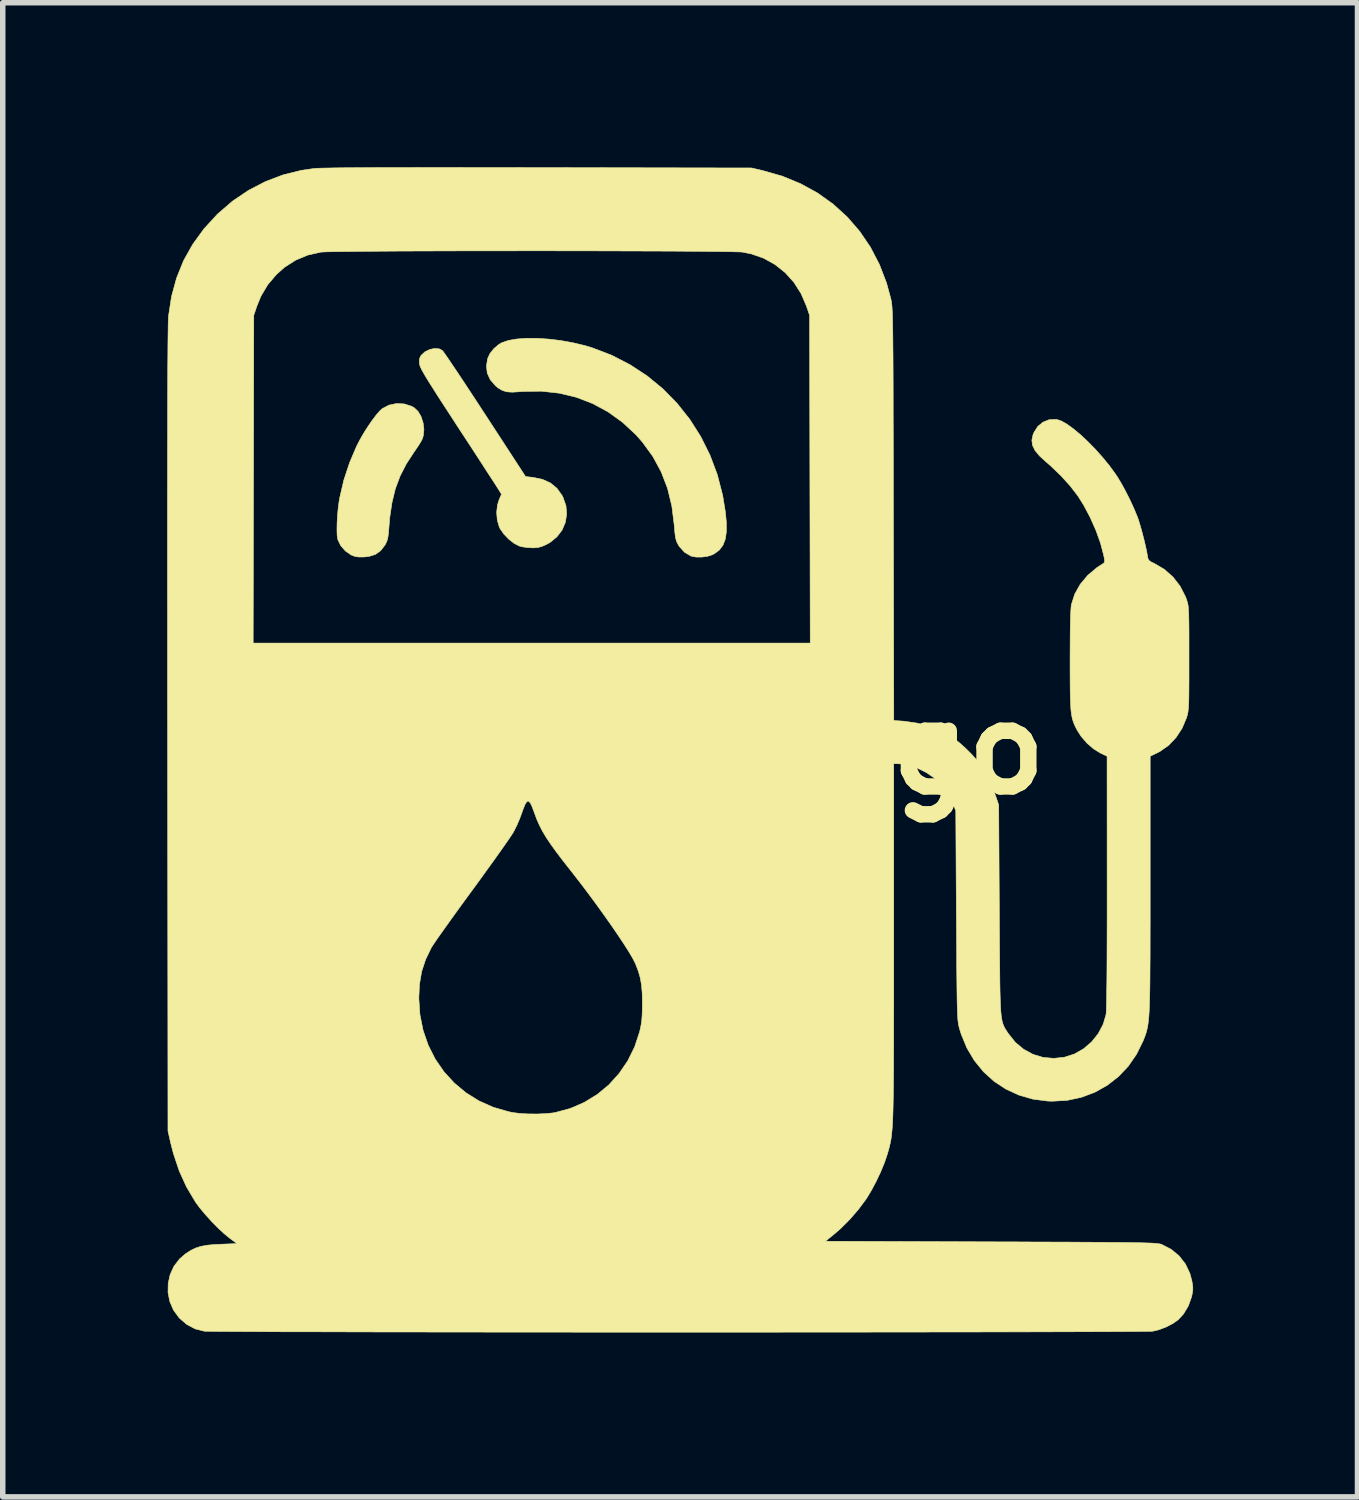
<source format=kicad_pcb>
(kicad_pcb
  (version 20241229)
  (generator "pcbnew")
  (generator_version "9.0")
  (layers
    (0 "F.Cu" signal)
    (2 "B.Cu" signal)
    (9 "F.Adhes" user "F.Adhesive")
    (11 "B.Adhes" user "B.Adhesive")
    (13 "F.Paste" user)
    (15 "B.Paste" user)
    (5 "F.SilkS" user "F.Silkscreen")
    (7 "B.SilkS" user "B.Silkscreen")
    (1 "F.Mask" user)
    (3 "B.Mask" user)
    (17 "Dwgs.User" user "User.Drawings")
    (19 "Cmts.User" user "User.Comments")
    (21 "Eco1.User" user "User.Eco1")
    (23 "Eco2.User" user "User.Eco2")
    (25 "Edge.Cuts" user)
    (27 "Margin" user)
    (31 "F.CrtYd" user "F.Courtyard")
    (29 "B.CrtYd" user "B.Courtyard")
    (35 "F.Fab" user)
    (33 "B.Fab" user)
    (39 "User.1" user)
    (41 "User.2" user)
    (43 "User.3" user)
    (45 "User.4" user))
  (footprint "MedidoLogo"
    (layer "F.Cu")
    (at 9.358 10.607)
    (property "Reference" "MedidoLogo" (at 0 0 0) (layer "F.SilkS") (effects (font (size 1.524 1.524) (thickness 0.3))))
    (attr through_hole)
    (fp_poly (pts (xy -5.035 -6.289) (xy -4.902 -6.247) (xy -4.855 -6.221) (xy -4.783 -6.154) (xy -4.727 -6.058) (xy -4.69 -5.944) (xy -4.675 -5.825) (xy -4.686 -5.71) (xy -4.704 -5.651) (xy -4.73 -5.601) (xy -4.774 -5.53) (xy -4.829 -5.448) (xy -4.857 -5.408) (xy -4.999 -5.19) (xy -5.111 -4.97) (xy -5.197 -4.739) (xy -5.258 -4.488) (xy -5.299 -4.211) (xy -5.311 -4.065) (xy -5.32 -3.951) (xy -5.33 -3.869) (xy -5.343 -3.808) (xy -5.362 -3.759) (xy -5.385 -3.715) (xy -5.464 -3.612) (xy -5.561 -3.543) (xy -5.681 -3.506) (xy -5.766 -3.497) (xy -5.859 -3.496) (xy -5.928 -3.505) (xy -5.989 -3.528) (xy -6.007 -3.536) (xy -6.109 -3.608) (xy -6.192 -3.703) (xy -6.244 -3.81) (xy -6.247 -3.821) (xy -6.258 -3.889) (xy -6.261 -3.99) (xy -6.259 -4.113) (xy -6.252 -4.247) (xy -6.239 -4.384) (xy -6.222 -4.514) (xy -6.212 -4.572) (xy -6.136 -4.899) (xy -6.031 -5.217) (xy -5.904 -5.515) (xy -5.845 -5.63) (xy -5.776 -5.751) (xy -5.7 -5.871) (xy -5.622 -5.985) (xy -5.547 -6.084) (xy -5.482 -6.16) (xy -5.435 -6.203) (xy -5.312 -6.267) (xy -5.176 -6.296) (xy -5.035 -6.289)) (stroke (width 0.01) (type solid)) (fill yes) (layer "F.SilkS"))
    (fp_poly (pts (xy -2.605 -7.485) (xy -2.393 -7.471) (xy -2.173 -7.444) (xy -1.953 -7.404) (xy -1.738 -7.353) (xy -1.608 -7.314) (xy -1.25 -7.177) (xy -0.915 -7.004) (xy -0.602 -6.799) (xy -0.315 -6.563) (xy -0.056 -6.298) (xy 0.175 -6.007) (xy 0.375 -5.692) (xy 0.543 -5.355) (xy 0.677 -4.998) (xy 0.774 -4.623) (xy 0.824 -4.319) (xy 0.843 -4.119) (xy 0.842 -3.954) (xy 0.822 -3.82) (xy 0.78 -3.712) (xy 0.716 -3.626) (xy 0.629 -3.56) (xy 0.586 -3.537) (xy 0.499 -3.509) (xy 0.394 -3.495) (xy 0.289 -3.495) (xy 0.202 -3.512) (xy 0.194 -3.515) (xy 0.078 -3.584) (xy -0.015 -3.687) (xy -0.034 -3.717) (xy -0.059 -3.764) (xy -0.076 -3.812) (xy -0.089 -3.873) (xy -0.099 -3.956) (xy -0.108 -4.071) (xy -0.109 -4.079) (xy -0.152 -4.424) (xy -0.231 -4.748) (xy -0.347 -5.05) (xy -0.5 -5.332) (xy -0.69 -5.593) (xy -0.807 -5.726) (xy -1.051 -5.953) (xy -1.315 -6.143) (xy -1.596 -6.295) (xy -1.895 -6.41) (xy -2.208 -6.485) (xy -2.533 -6.521) (xy -2.869 -6.516) (xy -2.933 -6.511) (xy -3.064 -6.503) (xy -3.165 -6.51) (xy -3.247 -6.536) (xy -3.322 -6.581) (xy -3.37 -6.621) (xy -3.465 -6.731) (xy -3.52 -6.851) (xy -3.534 -6.984) (xy -3.512 -7.119) (xy -3.47 -7.208) (xy -3.399 -7.297) (xy -3.31 -7.373) (xy -3.253 -7.406) (xy -3.134 -7.447) (xy -2.983 -7.473) (xy -2.804 -7.486) (xy -2.605 -7.485)) (stroke (width 0.01) (type solid)) (fill yes) (layer "F.SilkS"))
    (fp_poly (pts (xy -4.394 -7.293) (xy -4.341 -7.265) (xy -4.321 -7.242) (xy -4.281 -7.185) (xy -4.222 -7.1) (xy -4.147 -6.988) (xy -4.056 -6.853) (xy -3.953 -6.698) (xy -3.84 -6.526) (xy -3.718 -6.341) (xy -3.59 -6.144) (xy -3.558 -6.096) (xy -2.821 -4.964) (xy -2.687 -4.949) (xy -2.513 -4.913) (xy -2.367 -4.847) (xy -2.249 -4.75) (xy -2.156 -4.62) (xy -2.138 -4.585) (xy -2.084 -4.433) (xy -2.071 -4.278) (xy -2.095 -4.129) (xy -2.154 -3.989) (xy -2.248 -3.866) (xy -2.373 -3.763) (xy -2.439 -3.726) (xy -2.525 -3.688) (xy -2.599 -3.669) (xy -2.685 -3.663) (xy -2.707 -3.664) (xy -2.797 -3.67) (xy -2.886 -3.683) (xy -2.937 -3.697) (xy -3.031 -3.746) (xy -3.128 -3.822) (xy -3.216 -3.914) (xy -3.283 -4.009) (xy -3.3 -4.043) (xy -3.337 -4.17) (xy -3.348 -4.311) (xy -3.333 -4.448) (xy -3.303 -4.542) (xy -3.26 -4.641) (xy -3.32 -4.739) (xy -3.343 -4.774) (xy -3.386 -4.842) (xy -3.448 -4.937) (xy -3.527 -5.058) (xy -3.619 -5.201) (xy -3.723 -5.361) (xy -3.837 -5.536) (xy -3.959 -5.722) (xy -4.065 -5.884) (xy -4.21 -6.108) (xy -4.334 -6.298) (xy -4.438 -6.459) (xy -4.523 -6.594) (xy -4.593 -6.704) (xy -4.647 -6.793) (xy -4.688 -6.864) (xy -4.718 -6.919) (xy -4.738 -6.962) (xy -4.75 -6.995) (xy -4.757 -7.02) (xy -4.757 -7.027) (xy -4.758 -7.101) (xy -4.739 -7.155) (xy -4.723 -7.178) (xy -4.654 -7.241) (xy -4.568 -7.282) (xy -4.477 -7.301) (xy -4.394 -7.293)) (stroke (width 0.01) (type solid)) (fill yes) (layer "F.SilkS"))
    (fp_poly (pts (xy -3.779 -10.601) (xy -3.292 -10.601) (xy -2.763 -10.6) (xy -2.572 -10.6) (xy 1.302 -10.593) (xy 1.507 -10.545) (xy 1.864 -10.443) (xy 2.198 -10.305) (xy 2.508 -10.135) (xy 2.791 -9.932) (xy 3.047 -9.699) (xy 3.274 -9.437) (xy 3.47 -9.148) (xy 3.634 -8.833) (xy 3.764 -8.494) (xy 3.838 -8.223) (xy 3.844 -8.199) (xy 3.849 -8.175) (xy 3.854 -8.149) (xy 3.858 -8.118) (xy 3.862 -8.082) (xy 3.865 -8.038) (xy 3.868 -7.985) (xy 3.871 -7.919) (xy 3.873 -7.84) (xy 3.875 -7.746) (xy 3.877 -7.634) (xy 3.879 -7.503) (xy 3.88 -7.35) (xy 3.882 -7.174) (xy 3.883 -6.973) (xy 3.884 -6.745) (xy 3.885 -6.488) (xy 3.885 -6.2) (xy 3.886 -5.879) (xy 3.887 -5.523) (xy 3.888 -5.131) (xy 3.888 -4.7) (xy 3.889 -4.274) (xy 3.896 -0.514) (xy 4.081 -0.501) (xy 4.329 -0.465) (xy 4.578 -0.393) (xy 4.815 -0.29) (xy 4.995 -0.184) (xy 5.093 -0.108) (xy 5.203 -0.01) (xy 5.313 0.099) (xy 5.411 0.208) (xy 5.471 0.286) (xy 5.59 0.474) (xy 5.688 0.681) (xy 5.749 0.847) (xy 5.81 1.027) (xy 5.821 2.942) (xy 5.823 3.279) (xy 5.825 3.576) (xy 5.827 3.837) (xy 5.829 4.063) (xy 5.831 4.259) (xy 5.834 4.425) (xy 5.838 4.566) (xy 5.842 4.684) (xy 5.848 4.781) (xy 5.855 4.861) (xy 5.864 4.926) (xy 5.875 4.98) (xy 5.888 5.023) (xy 5.903 5.061) (xy 5.92 5.095) (xy 5.94 5.127) (xy 5.962 5.162) (xy 5.986 5.198) (xy 6.113 5.357) (xy 6.264 5.483) (xy 6.435 5.576) (xy 6.62 5.632) (xy 6.816 5.649) (xy 7.01 5.628) (xy 7.193 5.569) (xy 7.359 5.474) (xy 7.506 5.348) (xy 7.626 5.198) (xy 7.716 5.027) (xy 7.768 4.85) (xy 7.772 4.809) (xy 7.775 4.727) (xy 7.778 4.605) (xy 7.78 4.445) (xy 7.783 4.248) (xy 7.785 4.015) (xy 7.786 3.748) (xy 7.787 3.447) (xy 7.788 3.115) (xy 7.788 2.752) (xy 7.788 2.437) (xy 7.787 0.138) (xy 7.663 0.079) (xy 7.54 0.003) (xy 7.419 -0.102) (xy 7.313 -0.225) (xy 7.243 -0.334) (xy 7.213 -0.392) (xy 7.188 -0.445) (xy 7.168 -0.499) (xy 7.151 -0.557) (xy 7.138 -0.625) (xy 7.128 -0.705) (xy 7.122 -0.803) (xy 7.117 -0.924) (xy 7.114 -1.07) (xy 7.113 -1.248) (xy 7.112 -1.461) (xy 7.112 -1.612) (xy 7.113 -1.87) (xy 7.114 -2.093) (xy 7.117 -2.28) (xy 7.121 -2.43) (xy 7.127 -2.541) (xy 7.133 -2.612) (xy 7.136 -2.629) (xy 7.197 -2.82) (xy 7.297 -2.998) (xy 7.433 -3.161) (xy 7.603 -3.304) (xy 7.715 -3.377) (xy 7.735 -3.393) (xy 7.742 -3.418) (xy 7.738 -3.464) (xy 7.726 -3.525) (xy 7.668 -3.747) (xy 7.583 -3.983) (xy 7.478 -4.22) (xy 7.359 -4.444) (xy 7.256 -4.608) (xy 7.115 -4.792) (xy 6.945 -4.979) (xy 6.757 -5.16) (xy 6.671 -5.234) (xy 6.552 -5.343) (xy 6.471 -5.442) (xy 6.426 -5.536) (xy 6.415 -5.629) (xy 6.436 -5.727) (xy 6.453 -5.768) (xy 6.523 -5.878) (xy 6.618 -5.956) (xy 6.73 -6.001) (xy 6.853 -6.007) (xy 6.874 -6.004) (xy 6.957 -5.976) (xy 7.059 -5.917) (xy 7.176 -5.832) (xy 7.304 -5.725) (xy 7.437 -5.6) (xy 7.572 -5.463) (xy 7.703 -5.316) (xy 7.827 -5.165) (xy 7.937 -5.014) (xy 7.974 -4.959) (xy 8.048 -4.837) (xy 8.127 -4.691) (xy 8.206 -4.535) (xy 8.277 -4.38) (xy 8.335 -4.24) (xy 8.36 -4.173) (xy 8.392 -4.067) (xy 8.427 -3.942) (xy 8.461 -3.81) (xy 8.491 -3.684) (xy 8.513 -3.577) (xy 8.521 -3.53) (xy 8.531 -3.474) (xy 8.548 -3.438) (xy 8.582 -3.411) (xy 8.643 -3.381) (xy 8.653 -3.376) (xy 8.832 -3.271) (xy 8.988 -3.133) (xy 9.117 -2.967) (xy 9.215 -2.777) (xy 9.233 -2.731) (xy 9.244 -2.697) (xy 9.254 -2.664) (xy 9.262 -2.629) (xy 9.268 -2.587) (xy 9.272 -2.533) (xy 9.276 -2.464) (xy 9.278 -2.375) (xy 9.28 -2.262) (xy 9.281 -2.121) (xy 9.281 -1.947) (xy 9.281 -1.737) (xy 9.281 -1.651) (xy 9.281 -1.426) (xy 9.281 -1.24) (xy 9.28 -1.087) (xy 9.279 -0.963) (xy 9.277 -0.865) (xy 9.274 -0.788) (xy 9.269 -0.727) (xy 9.264 -0.679) (xy 9.257 -0.639) (xy 9.248 -0.603) (xy 9.237 -0.567) (xy 9.234 -0.558) (xy 9.155 -0.371) (xy 9.044 -0.202) (xy 8.907 -0.059) (xy 8.749 0.052) (xy 8.694 0.08) (xy 8.573 0.138) (xy 8.573 2.468) (xy 8.573 2.849) (xy 8.573 3.19) (xy 8.572 3.494) (xy 8.572 3.763) (xy 8.57 3.999) (xy 8.569 4.206) (xy 8.567 4.385) (xy 8.563 4.54) (xy 8.56 4.672) (xy 8.555 4.785) (xy 8.549 4.88) (xy 8.541 4.961) (xy 8.533 5.029) (xy 8.523 5.088) (xy 8.511 5.139) (xy 8.498 5.186) (xy 8.483 5.23) (xy 8.466 5.275) (xy 8.447 5.322) (xy 8.445 5.329) (xy 8.325 5.573) (xy 8.174 5.792) (xy 7.995 5.981) (xy 7.79 6.141) (xy 7.565 6.267) (xy 7.32 6.359) (xy 7.061 6.415) (xy 6.789 6.431) (xy 6.704 6.428) (xy 6.433 6.393) (xy 6.178 6.319) (xy 5.941 6.21) (xy 5.724 6.067) (xy 5.532 5.893) (xy 5.366 5.689) (xy 5.229 5.459) (xy 5.125 5.205) (xy 5.096 5.112) (xy 5.088 5.082) (xy 5.081 5.053) (xy 5.075 5.021) (xy 5.07 4.984) (xy 5.065 4.939) (xy 5.061 4.883) (xy 5.058 4.813) (xy 5.055 4.727) (xy 5.052 4.622) (xy 5.05 4.495) (xy 5.048 4.343) (xy 5.046 4.163) (xy 5.044 3.952) (xy 5.043 3.709) (xy 5.041 3.429) (xy 5.039 3.11) (xy 5.038 3.037) (xy 5.027 1.132) (xy 4.978 1.011) (xy 4.899 0.851) (xy 4.797 0.701) (xy 4.683 0.575) (xy 4.642 0.54) (xy 4.494 0.437) (xy 4.329 0.356) (xy 4.161 0.301) (xy 4.001 0.276) (xy 3.968 0.275) (xy 3.895 0.275) (xy 3.895 3.527) (xy 3.895 3.975) (xy 3.895 4.382) (xy 3.895 4.752) (xy 3.894 5.085) (xy 3.894 5.385) (xy 3.893 5.653) (xy 3.892 5.892) (xy 3.89 6.103) (xy 3.888 6.289) (xy 3.885 6.451) (xy 3.882 6.593) (xy 3.878 6.716) (xy 3.873 6.821) (xy 3.868 6.913) (xy 3.861 6.991) (xy 3.854 7.06) (xy 3.846 7.12) (xy 3.836 7.173) (xy 3.825 7.223) (xy 3.814 7.271) (xy 3.801 7.319) (xy 3.786 7.37) (xy 3.776 7.404) (xy 3.726 7.552) (xy 3.657 7.72) (xy 3.575 7.893) (xy 3.488 8.057) (xy 3.402 8.2) (xy 3.392 8.215) (xy 3.253 8.402) (xy 3.095 8.585) (xy 2.929 8.751) (xy 2.818 8.848) (xy 2.649 8.985) (xy 5.669 8.996) (xy 6.088 8.997) (xy 6.466 8.999) (xy 6.806 9) (xy 7.11 9.001) (xy 7.381 9.003) (xy 7.619 9.004) (xy 7.828 9.006) (xy 8.009 9.007) (xy 8.165 9.009) (xy 8.297 9.011) (xy 8.408 9.013) (xy 8.499 9.016) (xy 8.574 9.018) (xy 8.633 9.021) (xy 8.68 9.025) (xy 8.716 9.029) (xy 8.743 9.033) (xy 8.764 9.037) (xy 8.78 9.042) (xy 8.784 9.044) (xy 8.958 9.134) (xy 9.103 9.255) (xy 9.218 9.403) (xy 9.299 9.576) (xy 9.336 9.719) (xy 9.35 9.807) (xy 9.351 9.878) (xy 9.338 9.955) (xy 9.327 10.003) (xy 9.269 10.166) (xy 9.182 10.311) (xy 9.085 10.417) (xy 8.985 10.487) (xy 8.861 10.551) (xy 8.728 10.601) (xy 8.623 10.626) (xy 8.593 10.628) (xy 8.523 10.629) (xy 8.413 10.63) (xy 8.267 10.632) (xy 8.085 10.633) (xy 7.869 10.634) (xy 7.622 10.635) (xy 7.344 10.636) (xy 7.038 10.637) (xy 6.705 10.638) (xy 6.347 10.639) (xy 5.965 10.639) (xy 5.563 10.64) (xy 5.14 10.641) (xy 4.699 10.641) (xy 4.242 10.642) (xy 3.77 10.642) (xy 3.286 10.643) (xy 2.79 10.643) (xy 2.285 10.643) (xy 1.772 10.644) (xy 1.253 10.644) (xy 0.73 10.644) (xy 0.204 10.644) (xy -0.322 10.644) (xy -0.847 10.644) (xy -1.37 10.644) (xy -1.888 10.644) (xy -2.401 10.643) (xy -2.905 10.643) (xy -3.4 10.643) (xy -3.883 10.642) (xy -4.353 10.642) (xy -4.808 10.641) (xy -5.247 10.641) (xy -5.668 10.64) (xy -6.068 10.639) (xy -6.447 10.638) (xy -6.803 10.637) (xy -7.133 10.637) (xy -7.436 10.636) (xy -7.711 10.634) (xy -7.955 10.633) (xy -8.167 10.632) (xy -8.345 10.631) (xy -8.487 10.63) (xy -8.593 10.628) (xy -8.659 10.627) (xy -8.683 10.626) (xy -8.848 10.584) (xy -9.001 10.503) (xy -9.136 10.387) (xy -9.141 10.381) (xy -9.244 10.24) (xy -9.311 10.084) (xy -9.343 9.92) (xy -9.34 9.755) (xy -9.304 9.593) (xy -9.235 9.442) (xy -9.133 9.309) (xy -9.026 9.216) (xy -8.932 9.155) (xy -8.841 9.11) (xy -8.741 9.078) (xy -8.625 9.057) (xy -8.482 9.044) (xy -8.386 9.04) (xy -8.084 9.028) (xy -8.213 8.934) (xy -8.312 8.853) (xy -8.426 8.748) (xy -8.545 8.627) (xy -8.661 8.499) (xy -8.764 8.376) (xy -8.845 8.266) (xy -8.845 8.265) (xy -9.006 7.994) (xy -9.138 7.704) (xy -9.244 7.387) (xy -9.296 7.186) (xy -9.344 6.974) (xy -9.346 4.551) (xy -4.768 4.551) (xy -4.748 4.852) (xy -4.69 5.139) (xy -4.596 5.41) (xy -4.469 5.662) (xy -4.31 5.893) (xy -4.122 6.098) (xy -3.908 6.277) (xy -3.669 6.426) (xy -3.408 6.542) (xy -3.126 6.623) (xy -3.059 6.637) (xy -2.928 6.654) (xy -2.774 6.663) (xy -2.611 6.664) (xy -2.455 6.658) (xy -2.32 6.644) (xy -2.283 6.638) (xy -2.008 6.564) (xy -1.751 6.453) (xy -1.514 6.308) (xy -1.301 6.132) (xy -1.115 5.926) (xy -0.957 5.695) (xy -0.831 5.44) (xy -0.74 5.164) (xy -0.737 5.151) (xy -0.717 5.061) (xy -0.703 4.973) (xy -0.695 4.876) (xy -0.691 4.757) (xy -0.69 4.646) (xy -0.693 4.465) (xy -0.705 4.315) (xy -0.728 4.183) (xy -0.763 4.06) (xy -0.812 3.933) (xy -0.825 3.904) (xy -0.868 3.82) (xy -0.935 3.707) (xy -1.022 3.57) (xy -1.126 3.413) (xy -1.244 3.24) (xy -1.374 3.056) (xy -1.511 2.865) (xy -1.653 2.672) (xy -1.797 2.481) (xy -1.94 2.296) (xy -1.996 2.225) (xy -2.142 2.039) (xy -2.264 1.878) (xy -2.364 1.739) (xy -2.446 1.616) (xy -2.513 1.504) (xy -2.568 1.397) (xy -2.615 1.291) (xy -2.656 1.18) (xy -2.658 1.175) (xy -2.7 1.061) (xy -2.735 0.988) (xy -2.767 0.956) (xy -2.797 0.965) (xy -2.829 1.015) (xy -2.866 1.105) (xy -2.887 1.166) (xy -2.928 1.277) (xy -2.978 1.394) (xy -3.029 1.497) (xy -3.045 1.526) (xy -3.075 1.574) (xy -3.127 1.651) (xy -3.199 1.755) (xy -3.288 1.881) (xy -3.391 2.026) (xy -3.506 2.185) (xy -3.629 2.356) (xy -3.758 2.533) (xy -3.802 2.593) (xy -3.932 2.77) (xy -4.056 2.941) (xy -4.172 3.102) (xy -4.276 3.248) (xy -4.368 3.377) (xy -4.443 3.484) (xy -4.499 3.566) (xy -4.534 3.619) (xy -4.54 3.63) (xy -4.644 3.845) (xy -4.716 4.064) (xy -4.756 4.296) (xy -4.768 4.551) (xy -9.346 4.551) (xy -9.351 -0.339) (xy -9.352 -1.059) (xy -9.352 -1.739) (xy -9.352 -1.926) (xy -7.79 -1.926) (xy 2.372 -1.926) (xy 2.366 -4.916) (xy 2.36 -7.906) (xy 2.302 -8.076) (xy 2.204 -8.303) (xy 2.074 -8.507) (xy 1.915 -8.684) (xy 1.73 -8.831) (xy 1.524 -8.946) (xy 1.299 -9.025) (xy 1.136 -9.058) (xy 1.093 -9.061) (xy 1.011 -9.063) (xy 0.892 -9.066) (xy 0.738 -9.068) (xy 0.553 -9.07) (xy 0.339 -9.072) (xy 0.099 -9.074) (xy -0.165 -9.076) (xy -0.45 -9.077) (xy -0.752 -9.078) (xy -1.07 -9.079) (xy -1.401 -9.08) (xy -1.742 -9.081) (xy -2.091 -9.081) (xy -2.444 -9.082) (xy -2.799 -9.082) (xy -3.153 -9.081) (xy -3.504 -9.081) (xy -3.849 -9.081) (xy -4.185 -9.08) (xy -4.51 -9.079) (xy -4.821 -9.078) (xy -5.115 -9.077) (xy -5.389 -9.075) (xy -5.641 -9.073) (xy -5.868 -9.071) (xy -6.068 -9.069) (xy -6.238 -9.067) (xy -6.374 -9.065) (xy -6.475 -9.062) (xy -6.538 -9.059) (xy -6.554 -9.058) (xy -6.793 -9.004) (xy -7.014 -8.912) (xy -7.216 -8.783) (xy -7.367 -8.649) (xy -7.525 -8.462) (xy -7.647 -8.257) (xy -7.721 -8.076) (xy -7.779 -7.906) (xy -7.784 -4.916) (xy -7.79 -1.926) (xy -9.352 -1.926) (xy -9.352 -2.377) (xy -9.353 -2.976) (xy -9.353 -3.536) (xy -9.353 -4.058) (xy -9.353 -4.542) (xy -9.352 -4.99) (xy -9.352 -5.402) (xy -9.351 -5.78) (xy -9.351 -6.123) (xy -9.35 -6.434) (xy -9.349 -6.712) (xy -9.348 -6.959) (xy -9.346 -7.175) (xy -9.345 -7.361) (xy -9.343 -7.518) (xy -9.341 -7.647) (xy -9.34 -7.749) (xy -9.337 -7.825) (xy -9.335 -7.875) (xy -9.334 -7.891) (xy -9.279 -8.249) (xy -9.187 -8.586) (xy -9.059 -8.903) (xy -8.892 -9.201) (xy -8.687 -9.483) (xy -8.443 -9.749) (xy -8.432 -9.759) (xy -8.165 -9.989) (xy -7.875 -10.185) (xy -7.566 -10.345) (xy -7.242 -10.468) (xy -6.905 -10.551) (xy -6.673 -10.584) (xy -6.624 -10.587) (xy -6.542 -10.59) (xy -6.428 -10.592) (xy -6.279 -10.595) (xy -6.096 -10.597) (xy -5.877 -10.598) (xy -5.622 -10.6) (xy -5.33 -10.601) (xy -5.001 -10.601) (xy -4.633 -10.602) (xy -4.226 -10.602) (xy -3.779 -10.601)) (stroke (width 0.01) (type solid)) (fill yes) (layer "F.SilkS")))
  (gr_rect
    (start -3 -3)
    (end 21.713 24.256)
    (stroke (width 0.1) (type default))
    (fill no)
    (layer "Edge.Cuts")))
</source>
